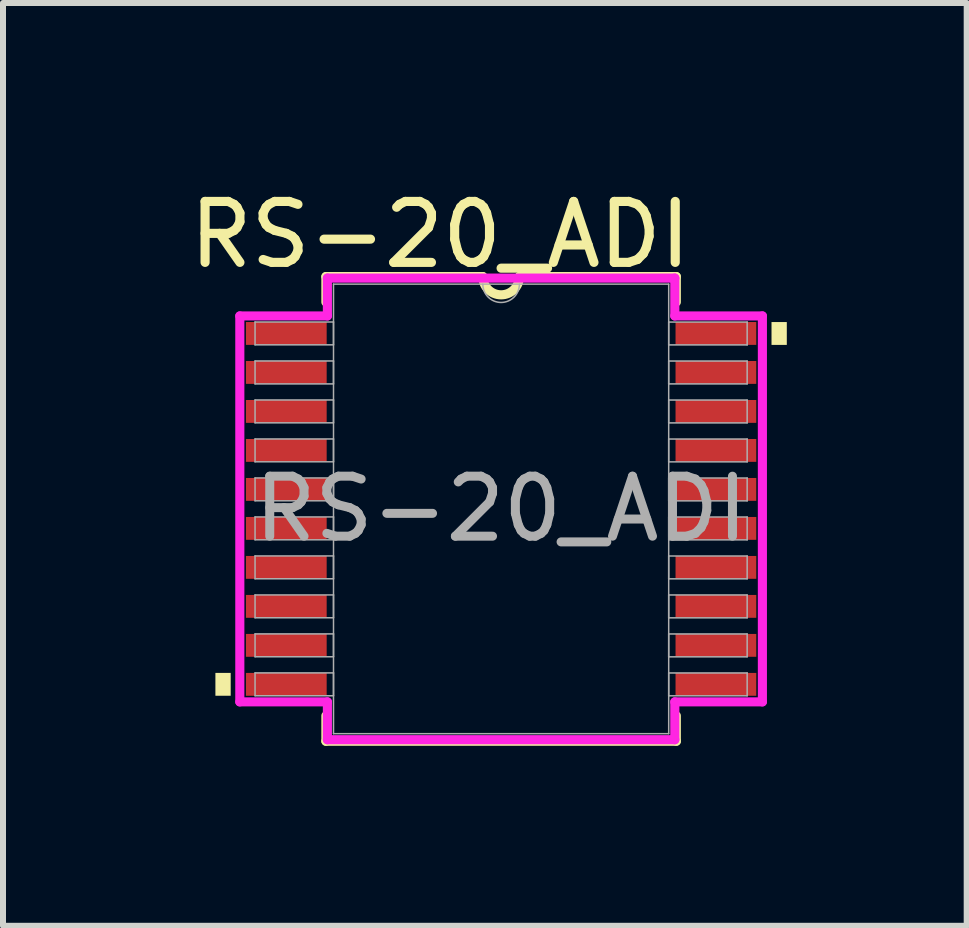
<source format=kicad_pcb>
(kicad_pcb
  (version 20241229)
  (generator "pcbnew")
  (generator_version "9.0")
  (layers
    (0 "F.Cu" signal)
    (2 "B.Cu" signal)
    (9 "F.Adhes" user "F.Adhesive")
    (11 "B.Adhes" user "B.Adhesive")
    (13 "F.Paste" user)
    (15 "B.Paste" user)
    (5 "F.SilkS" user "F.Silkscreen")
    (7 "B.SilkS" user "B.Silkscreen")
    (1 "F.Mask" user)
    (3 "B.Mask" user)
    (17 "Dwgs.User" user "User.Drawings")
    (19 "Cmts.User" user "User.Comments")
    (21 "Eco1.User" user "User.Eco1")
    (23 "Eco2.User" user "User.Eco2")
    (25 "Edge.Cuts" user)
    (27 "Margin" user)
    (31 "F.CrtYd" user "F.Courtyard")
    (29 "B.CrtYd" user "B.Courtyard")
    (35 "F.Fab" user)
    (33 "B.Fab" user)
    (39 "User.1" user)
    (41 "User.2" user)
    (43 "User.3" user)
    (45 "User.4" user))
  (footprint "RS-20_ADI"
    (layer "F.Cu")
    (at 5.304 5.434)
    (property "Reference" "RS-20_ADI" (at -1.016 -4.572 0) (unlocked yes) (layer "F.SilkS") (effects (font (size 1.016 1.016) (thickness 0.152))))
    (attr smd)
    (fp_line (start -2.921 -3.873) (end -2.921 -3.448) (stroke (width 0.152) (type solid)) (layer "F.SilkS"))
    (fp_line (start -2.921 3.448) (end -2.921 3.873) (stroke (width 0.152) (type solid)) (layer "F.SilkS"))
    (fp_line (start -2.921 3.873) (end 2.921 3.873) (stroke (width 0.152) (type solid)) (layer "F.SilkS"))
    (fp_line (start -0.305 -3.873) (end -2.921 -3.873) (stroke (width 0.152) (type solid)) (layer "F.SilkS"))
    (fp_line (start 2.921 -3.873) (end 0.305 -3.873) (stroke (width 0.152) (type solid)) (layer "F.SilkS"))
    (fp_line (start 2.921 -3.448) (end 2.921 -3.873) (stroke (width 0.152) (type solid)) (layer "F.SilkS"))
    (fp_line (start 2.921 3.873) (end 2.921 3.448) (stroke (width 0.152) (type solid)) (layer "F.SilkS"))
    (fp_arc (start 0.3048 -3.8735) (mid 0 -3.5687) (end -0.3048 -3.8735) (stroke (width 0.1524) (type solid)) (layer "F.SilkS"))
    (fp_poly (pts (xy -4.763 2.734) (xy -4.763 3.115) (xy -4.508 3.115) (xy -4.508 2.734)) (stroke (width 0) (type solid)) (fill yes) (layer "F.SilkS"))
    (fp_poly (pts (xy 4.763 -3.115) (xy 4.763 -2.734) (xy 4.508 -2.734) (xy 4.508 -3.115)) (stroke (width 0) (type solid)) (fill yes) (layer "F.SilkS"))
    (fp_line (start -4.356 -3.217) (end -2.896 -3.217) (stroke (width 0.152) (type solid)) (layer "F.CrtYd"))
    (fp_line (start -4.356 3.217) (end -4.356 -3.217) (stroke (width 0.152) (type solid)) (layer "F.CrtYd"))
    (fp_line (start -4.356 3.217) (end -2.896 3.217) (stroke (width 0.152) (type solid)) (layer "F.CrtYd"))
    (fp_line (start -2.896 -3.848) (end 2.896 -3.848) (stroke (width 0.152) (type solid)) (layer "F.CrtYd"))
    (fp_line (start -2.896 -3.217) (end -2.896 -3.848) (stroke (width 0.152) (type solid)) (layer "F.CrtYd"))
    (fp_line (start -2.896 3.848) (end -2.896 3.217) (stroke (width 0.152) (type solid)) (layer "F.CrtYd"))
    (fp_line (start 2.896 -3.848) (end 2.896 -3.217) (stroke (width 0.152) (type solid)) (layer "F.CrtYd"))
    (fp_line (start 2.896 3.217) (end 2.896 3.848) (stroke (width 0.152) (type solid)) (layer "F.CrtYd"))
    (fp_line (start 2.896 3.848) (end -2.896 3.848) (stroke (width 0.152) (type solid)) (layer "F.CrtYd"))
    (fp_line (start 4.356 -3.217) (end 2.896 -3.217) (stroke (width 0.152) (type solid)) (layer "F.CrtYd"))
    (fp_line (start 4.356 -3.217) (end 4.356 3.217) (stroke (width 0.152) (type solid)) (layer "F.CrtYd"))
    (fp_line (start 4.356 3.217) (end 2.896 3.217) (stroke (width 0.152) (type solid)) (layer "F.CrtYd"))
    (fp_line (start -4.102 -3.116) (end -4.102 -2.735) (stroke (width 0.025) (type solid)) (layer "F.Fab"))
    (fp_line (start -4.102 -2.735) (end -2.794 -2.735) (stroke (width 0.025) (type solid)) (layer "F.Fab"))
    (fp_line (start -4.102 -2.466) (end -4.102 -2.084) (stroke (width 0.025) (type solid)) (layer "F.Fab"))
    (fp_line (start -4.102 -2.084) (end -2.794 -2.084) (stroke (width 0.025) (type solid)) (layer "F.Fab"))
    (fp_line (start -4.102 -1.816) (end -4.102 -1.435) (stroke (width 0.025) (type solid)) (layer "F.Fab"))
    (fp_line (start -4.102 -1.435) (end -2.794 -1.435) (stroke (width 0.025) (type solid)) (layer "F.Fab"))
    (fp_line (start -4.102 -1.166) (end -4.102 -0.785) (stroke (width 0.025) (type solid)) (layer "F.Fab"))
    (fp_line (start -4.102 -0.785) (end -2.794 -0.785) (stroke (width 0.025) (type solid)) (layer "F.Fab"))
    (fp_line (start -4.102 -0.516) (end -4.102 -0.135) (stroke (width 0.025) (type solid)) (layer "F.Fab"))
    (fp_line (start -4.102 -0.135) (end -2.794 -0.135) (stroke (width 0.025) (type solid)) (layer "F.Fab"))
    (fp_line (start -4.102 0.134) (end -4.102 0.515) (stroke (width 0.025) (type solid)) (layer "F.Fab"))
    (fp_line (start -4.102 0.515) (end -2.794 0.515) (stroke (width 0.025) (type solid)) (layer "F.Fab"))
    (fp_line (start -4.102 0.784) (end -4.102 1.165) (stroke (width 0.025) (type solid)) (layer "F.Fab"))
    (fp_line (start -4.102 1.165) (end -2.794 1.165) (stroke (width 0.025) (type solid)) (layer "F.Fab"))
    (fp_line (start -4.102 1.434) (end -4.102 1.815) (stroke (width 0.025) (type solid)) (layer "F.Fab"))
    (fp_line (start -4.102 1.815) (end -2.794 1.815) (stroke (width 0.025) (type solid)) (layer "F.Fab"))
    (fp_line (start -4.102 2.084) (end -4.102 2.465) (stroke (width 0.025) (type solid)) (layer "F.Fab"))
    (fp_line (start -4.102 2.465) (end -2.794 2.465) (stroke (width 0.025) (type solid)) (layer "F.Fab"))
    (fp_line (start -4.102 2.734) (end -4.102 3.115) (stroke (width 0.025) (type solid)) (layer "F.Fab"))
    (fp_line (start -4.102 3.115) (end -2.794 3.115) (stroke (width 0.025) (type solid)) (layer "F.Fab"))
    (fp_line (start -2.794 -3.747) (end -2.794 3.747) (stroke (width 0.025) (type solid)) (layer "F.Fab"))
    (fp_line (start -2.794 -3.116) (end -4.102 -3.116) (stroke (width 0.025) (type solid)) (layer "F.Fab"))
    (fp_line (start -2.794 -2.735) (end -2.794 -3.116) (stroke (width 0.025) (type solid)) (layer "F.Fab"))
    (fp_line (start -2.794 -2.466) (end -4.102 -2.466) (stroke (width 0.025) (type solid)) (layer "F.Fab"))
    (fp_line (start -2.794 -2.084) (end -2.794 -2.466) (stroke (width 0.025) (type solid)) (layer "F.Fab"))
    (fp_line (start -2.794 -1.816) (end -4.102 -1.816) (stroke (width 0.025) (type solid)) (layer "F.Fab"))
    (fp_line (start -2.794 -1.435) (end -2.794 -1.816) (stroke (width 0.025) (type solid)) (layer "F.Fab"))
    (fp_line (start -2.794 -1.166) (end -4.102 -1.166) (stroke (width 0.025) (type solid)) (layer "F.Fab"))
    (fp_line (start -2.794 -0.785) (end -2.794 -1.166) (stroke (width 0.025) (type solid)) (layer "F.Fab"))
    (fp_line (start -2.794 -0.516) (end -4.102 -0.516) (stroke (width 0.025) (type solid)) (layer "F.Fab"))
    (fp_line (start -2.794 -0.135) (end -2.794 -0.516) (stroke (width 0.025) (type solid)) (layer "F.Fab"))
    (fp_line (start -2.794 0.134) (end -4.102 0.134) (stroke (width 0.025) (type solid)) (layer "F.Fab"))
    (fp_line (start -2.794 0.515) (end -2.794 0.134) (stroke (width 0.025) (type solid)) (layer "F.Fab"))
    (fp_line (start -2.794 0.784) (end -4.102 0.784) (stroke (width 0.025) (type solid)) (layer "F.Fab"))
    (fp_line (start -2.794 1.165) (end -2.794 0.784) (stroke (width 0.025) (type solid)) (layer "F.Fab"))
    (fp_line (start -2.794 1.434) (end -4.102 1.434) (stroke (width 0.025) (type solid)) (layer "F.Fab"))
    (fp_line (start -2.794 1.815) (end -2.794 1.434) (stroke (width 0.025) (type solid)) (layer "F.Fab"))
    (fp_line (start -2.794 2.084) (end -4.102 2.084) (stroke (width 0.025) (type solid)) (layer "F.Fab"))
    (fp_line (start -2.794 2.465) (end -2.794 2.084) (stroke (width 0.025) (type solid)) (layer "F.Fab"))
    (fp_line (start -2.794 2.734) (end -4.102 2.734) (stroke (width 0.025) (type solid)) (layer "F.Fab"))
    (fp_line (start -2.794 3.115) (end -2.794 2.734) (stroke (width 0.025) (type solid)) (layer "F.Fab"))
    (fp_line (start -2.794 3.747) (end 2.794 3.747) (stroke (width 0.025) (type solid)) (layer "F.Fab"))
    (fp_line (start 2.794 -3.747) (end -2.794 -3.747) (stroke (width 0.025) (type solid)) (layer "F.Fab"))
    (fp_line (start 2.794 -3.115) (end 2.794 -2.734) (stroke (width 0.025) (type solid)) (layer "F.Fab"))
    (fp_line (start 2.794 -2.734) (end 4.102 -2.734) (stroke (width 0.025) (type solid)) (layer "F.Fab"))
    (fp_line (start 2.794 -2.465) (end 2.794 -2.084) (stroke (width 0.025) (type solid)) (layer "F.Fab"))
    (fp_line (start 2.794 -2.084) (end 4.102 -2.084) (stroke (width 0.025) (type solid)) (layer "F.Fab"))
    (fp_line (start 2.794 -1.815) (end 2.794 -1.434) (stroke (width 0.025) (type solid)) (layer "F.Fab"))
    (fp_line (start 2.794 -1.434) (end 4.102 -1.434) (stroke (width 0.025) (type solid)) (layer "F.Fab"))
    (fp_line (start 2.794 -1.165) (end 2.794 -0.784) (stroke (width 0.025) (type solid)) (layer "F.Fab"))
    (fp_line (start 2.794 -0.784) (end 4.102 -0.784) (stroke (width 0.025) (type solid)) (layer "F.Fab"))
    (fp_line (start 2.794 -0.515) (end 2.794 -0.134) (stroke (width 0.025) (type solid)) (layer "F.Fab"))
    (fp_line (start 2.794 -0.134) (end 4.102 -0.134) (stroke (width 0.025) (type solid)) (layer "F.Fab"))
    (fp_line (start 2.794 0.135) (end 2.794 0.516) (stroke (width 0.025) (type solid)) (layer "F.Fab"))
    (fp_line (start 2.794 0.516) (end 4.102 0.516) (stroke (width 0.025) (type solid)) (layer "F.Fab"))
    (fp_line (start 2.794 0.785) (end 2.794 1.166) (stroke (width 0.025) (type solid)) (layer "F.Fab"))
    (fp_line (start 2.794 1.166) (end 4.102 1.166) (stroke (width 0.025) (type solid)) (layer "F.Fab"))
    (fp_line (start 2.794 1.435) (end 2.794 1.816) (stroke (width 0.025) (type solid)) (layer "F.Fab"))
    (fp_line (start 2.794 1.816) (end 4.102 1.816) (stroke (width 0.025) (type solid)) (layer "F.Fab"))
    (fp_line (start 2.794 2.085) (end 2.794 2.466) (stroke (width 0.025) (type solid)) (layer "F.Fab"))
    (fp_line (start 2.794 2.466) (end 4.102 2.466) (stroke (width 0.025) (type solid)) (layer "F.Fab"))
    (fp_line (start 2.794 2.735) (end 2.794 3.116) (stroke (width 0.025) (type solid)) (layer "F.Fab"))
    (fp_line (start 2.794 3.116) (end 4.102 3.116) (stroke (width 0.025) (type solid)) (layer "F.Fab"))
    (fp_line (start 2.794 3.747) (end 2.794 -3.747) (stroke (width 0.025) (type solid)) (layer "F.Fab"))
    (fp_line (start 4.102 -3.115) (end 2.794 -3.115) (stroke (width 0.025) (type solid)) (layer "F.Fab"))
    (fp_line (start 4.102 -2.734) (end 4.102 -3.115) (stroke (width 0.025) (type solid)) (layer "F.Fab"))
    (fp_line (start 4.102 -2.465) (end 2.794 -2.465) (stroke (width 0.025) (type solid)) (layer "F.Fab"))
    (fp_line (start 4.102 -2.084) (end 4.102 -2.465) (stroke (width 0.025) (type solid)) (layer "F.Fab"))
    (fp_line (start 4.102 -1.815) (end 2.794 -1.815) (stroke (width 0.025) (type solid)) (layer "F.Fab"))
    (fp_line (start 4.102 -1.434) (end 4.102 -1.815) (stroke (width 0.025) (type solid)) (layer "F.Fab"))
    (fp_line (start 4.102 -1.165) (end 2.794 -1.165) (stroke (width 0.025) (type solid)) (layer "F.Fab"))
    (fp_line (start 4.102 -0.784) (end 4.102 -1.165) (stroke (width 0.025) (type solid)) (layer "F.Fab"))
    (fp_line (start 4.102 -0.515) (end 2.794 -0.515) (stroke (width 0.025) (type solid)) (layer "F.Fab"))
    (fp_line (start 4.102 -0.134) (end 4.102 -0.515) (stroke (width 0.025) (type solid)) (layer "F.Fab"))
    (fp_line (start 4.102 0.135) (end 2.794 0.135) (stroke (width 0.025) (type solid)) (layer "F.Fab"))
    (fp_line (start 4.102 0.516) (end 4.102 0.135) (stroke (width 0.025) (type solid)) (layer "F.Fab"))
    (fp_line (start 4.102 0.785) (end 2.794 0.785) (stroke (width 0.025) (type solid)) (layer "F.Fab"))
    (fp_line (start 4.102 1.166) (end 4.102 0.785) (stroke (width 0.025) (type solid)) (layer "F.Fab"))
    (fp_line (start 4.102 1.435) (end 2.794 1.435) (stroke (width 0.025) (type solid)) (layer "F.Fab"))
    (fp_line (start 4.102 1.816) (end 4.102 1.435) (stroke (width 0.025) (type solid)) (layer "F.Fab"))
    (fp_line (start 4.102 2.085) (end 2.794 2.085) (stroke (width 0.025) (type solid)) (layer "F.Fab"))
    (fp_line (start 4.102 2.466) (end 4.102 2.085) (stroke (width 0.025) (type solid)) (layer "F.Fab"))
    (fp_line (start 4.102 2.735) (end 2.794 2.735) (stroke (width 0.025) (type solid)) (layer "F.Fab"))
    (fp_line (start 4.102 3.116) (end 4.102 2.735) (stroke (width 0.025) (type solid)) (layer "F.Fab"))
    (fp_arc (start 0.3048 -3.7465) (mid 0 -3.4417) (end -0.3048 -3.7465) (stroke (width 0.0254) (type solid)) (layer "F.Fab"))
    (fp_text user "${REFERENCE}" (at 0 0 0) (unlocked yes) (layer "F.Fab") (effects (font (size 1 1) (thickness 0.15))))
    (pad "1" smd rect (at -3.581 -2.925) (size 1.346 0.381) (layers "F.Cu" "F.Mask" "F.Paste"))
    (pad "2" smd rect (at -3.581 -2.275) (size 1.346 0.381) (layers "F.Cu" "F.Mask" "F.Paste"))
    (pad "3" smd rect (at -3.581 -1.625) (size 1.346 0.381) (layers "F.Cu" "F.Mask" "F.Paste"))
    (pad "4" smd rect (at -3.581 -0.975) (size 1.346 0.381) (layers "F.Cu" "F.Mask" "F.Paste"))
    (pad "5" smd rect (at -3.581 -0.325) (size 1.346 0.381) (layers "F.Cu" "F.Mask" "F.Paste"))
    (pad "6" smd rect (at -3.581 0.325) (size 1.346 0.381) (layers "F.Cu" "F.Mask" "F.Paste"))
    (pad "7" smd rect (at -3.581 0.975) (size 1.346 0.381) (layers "F.Cu" "F.Mask" "F.Paste"))
    (pad "8" smd rect (at -3.581 1.625) (size 1.346 0.381) (layers "F.Cu" "F.Mask" "F.Paste"))
    (pad "9" smd rect (at -3.581 2.275) (size 1.346 0.381) (layers "F.Cu" "F.Mask" "F.Paste"))
    (pad "10" smd rect (at -3.581 2.925) (size 1.346 0.381) (layers "F.Cu" "F.Mask" "F.Paste"))
    (pad "11" smd rect (at 3.581 2.925) (size 1.346 0.381) (layers "F.Cu" "F.Mask" "F.Paste"))
    (pad "12" smd rect (at 3.581 2.275) (size 1.346 0.381) (layers "F.Cu" "F.Mask" "F.Paste"))
    (pad "13" smd rect (at 3.581 1.625) (size 1.346 0.381) (layers "F.Cu" "F.Mask" "F.Paste"))
    (pad "14" smd rect (at 3.581 0.975) (size 1.346 0.381) (layers "F.Cu" "F.Mask" "F.Paste"))
    (pad "15" smd rect (at 3.581 0.325) (size 1.346 0.381) (layers "F.Cu" "F.Mask" "F.Paste"))
    (pad "16" smd rect (at 3.581 -0.325) (size 1.346 0.381) (layers "F.Cu" "F.Mask" "F.Paste"))
    (pad "17" smd rect (at 3.581 -0.975) (size 1.346 0.381) (layers "F.Cu" "F.Mask" "F.Paste"))
    (pad "18" smd rect (at 3.581 -1.625) (size 1.346 0.381) (layers "F.Cu" "F.Mask" "F.Paste"))
    (pad "19" smd rect (at 3.581 -2.275) (size 1.346 0.381) (layers "F.Cu" "F.Mask" "F.Paste"))
    (pad "20" smd rect (at 3.581 -2.925) (size 1.346 0.381) (layers "F.Cu" "F.Mask" "F.Paste")))
  (gr_rect
    (start -3 -3)
    (end 13.066 12.384)
    (stroke (width 0.1) (type default))
    (fill no)
    (layer "Edge.Cuts")))
</source>
